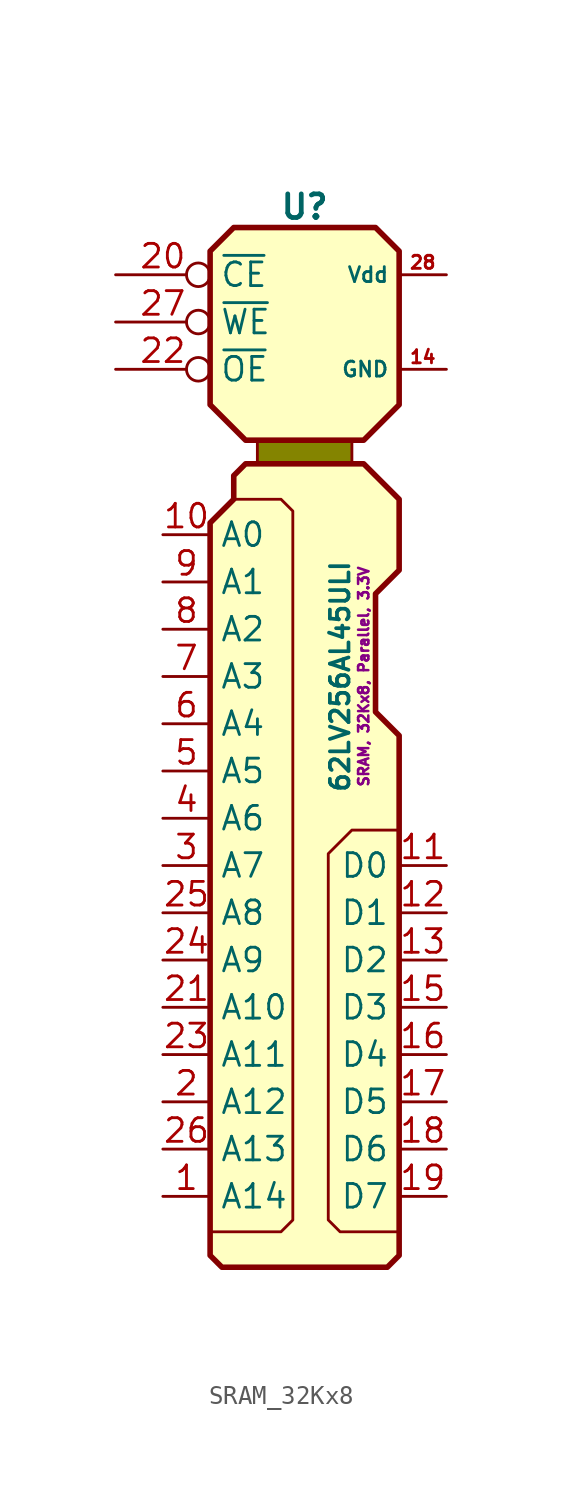
<source format=kicad_sym>
(kicad_symbol_lib
  (version 20241209)
  (generator "kicad_symbol_editor")
  (generator_version "9.0")
  (symbol "SRAM_32Kx8"
    (property "Reference" "U"
      (at 0 49.9 0)
      (do_not_autoplace)
      (effects (font (size 1.27 1.27) (thickness 0.254) (bold yes)) (justify bottom)))
    (property "Value" "62LV256AL45ULI"
      (at 1.905 25.4 90)
      (do_not_autoplace)
      (effects (font (size 1 1) (thickness 0.2) (bold yes))))
    (property "Description" "SRAM, 32Kx8, Parallel, 3.3V"
      (at 3.175 25.4 90)
      (do_not_autoplace)
      (effects (font (size 0.55 0.55))))
    (symbol "SRAM_32Kx8_0_1"
      (polyline (pts (xy -5.08 -4.445) (xy -1.27 -4.445) (xy -0.635 -3.81) (xy -0.635 34.29) (xy -1.27 34.925) (xy -3.81 34.925)) (stroke (width 0) (type default)) (fill (type none)))
      (polyline (pts (xy -3.81 36.195) (xy -3.175 36.83) (xy 3.175 36.83) (xy 5.08 34.925) (xy 5.08 31.115) (xy 3.81 29.845) (xy 3.81 23.495) (xy 5.08 22.225) (xy 5.08 -5.715) (xy 4.445 -6.35) (xy 0 -6.35) (xy -4.445 -6.35) (xy -5.08 -5.715) (xy -5.08 -4.445) (xy -5.08 33.655) (xy -3.81 34.925) (xy -3.81 36.195)) (stroke (width 0.3) (type default)) (fill (type background)))
      (polyline (pts (xy 5.08 -4.445) (xy 1.905 -4.445) (xy 1.27 -3.81) (xy 1.27 15.875) (xy 2.54 17.145) (xy 5.08 17.145)) (stroke (width 0) (type default)) (fill (type none))))
    (symbol "SRAM_32Kx8_1_1"
      (rectangle (start -2.54 38.1) (end 2.54 36.83) (stroke (width 0) (type solid)) (fill (type color) (color 132 132 0 1)))
      (polyline (pts (xy 2.54 38.1) (xy -3.175 38.1) (xy -5.08 40.005) (xy -5.08 48.26) (xy -3.81 49.53) (xy 3.81 49.53) (xy 5.08 48.26) (xy 5.08 40.005) (xy 3.175 38.1) (xy 2.54 38.1)) (stroke (width 0.3) (type solid)) (fill (type background)))
      (pin input inverted (at -10.16 46.99 0) (length 5.08) (name "~{CE}" (effects (font (size 1.27 1.27)))) (number "20" (effects (font (size 1.27 1.27)))))
      (pin input inverted (at -10.16 44.45 0) (length 5.08) (name "~{WE}" (effects (font (size 1.27 1.27)))) (number "27" (effects (font (size 1.27 1.27)))))
      (pin input inverted (at -10.16 41.91 0) (length 5.08) (name "~{OE}" (effects (font (size 1.27 1.27)))) (number "22" (effects (font (size 1.27 1.27)))))
      (pin input line (at -7.62 33.02 0) (length 2.54) (name "A0" (effects (font (size 1.27 1.27)))) (number "10" (effects (font (size 1.27 1.27)))))
      (pin input line (at -7.62 30.48 0) (length 2.54) (name "A1" (effects (font (size 1.27 1.27)))) (number "9" (effects (font (size 1.27 1.27)))))
      (pin input line (at -7.62 27.94 0) (length 2.54) (name "A2" (effects (font (size 1.27 1.27)))) (number "8" (effects (font (size 1.27 1.27)))))
      (pin input line (at -7.62 25.4 0) (length 2.54) (name "A3" (effects (font (size 1.27 1.27)))) (number "7" (effects (font (size 1.27 1.27)))))
      (pin input line (at -7.62 22.86 0) (length 2.54) (name "A4" (effects (font (size 1.27 1.27)))) (number "6" (effects (font (size 1.27 1.27)))))
      (pin input line (at -7.62 20.32 0) (length 2.54) (name "A5" (effects (font (size 1.27 1.27)))) (number "5" (effects (font (size 1.27 1.27)))))
      (pin input line (at -7.62 17.78 0) (length 2.54) (name "A6" (effects (font (size 1.27 1.27)))) (number "4" (effects (font (size 1.27 1.27)))))
      (pin input line (at -7.62 15.24 0) (length 2.54) (name "A7" (effects (font (size 1.27 1.27)))) (number "3" (effects (font (size 1.27 1.27)))))
      (pin input line (at -7.62 12.7 0) (length 2.54) (name "A8" (effects (font (size 1.27 1.27)))) (number "25" (effects (font (size 1.27 1.27)))))
      (pin input line (at -7.62 10.16 0) (length 2.54) (name "A9" (effects (font (size 1.27 1.27)))) (number "24" (effects (font (size 1.27 1.27)))))
      (pin input line (at -7.62 7.62 0) (length 2.54) (name "A10" (effects (font (size 1.27 1.27)))) (number "21" (effects (font (size 1.27 1.27)))))
      (pin input line (at -7.62 5.08 0) (length 2.54) (name "A11" (effects (font (size 1.27 1.27)))) (number "23" (effects (font (size 1.27 1.27)))))
      (pin input line (at -7.62 2.54 0) (length 2.54) (name "A12" (effects (font (size 1.27 1.27)))) (number "2" (effects (font (size 1.27 1.27)))))
      (pin input line (at -7.62 0 0) (length 2.54) (name "A13" (effects (font (size 1.27 1.27)))) (number "26" (effects (font (size 1.27 1.27)))))
      (pin input line (at -7.62 -2.54 0) (length 2.54) (name "A14" (effects (font (size 1.27 1.27)))) (number "1" (effects (font (size 1.27 1.27)))))
      (pin power_in line (at 7.62 46.99 180) (length 2.54) (name "Vdd" (effects (font (size 0.8 0.8)))) (number "28" (effects (font (size 0.7 0.7)))))
      (pin power_in line (at 7.62 41.91 180) (length 2.54) (name "GND" (effects (font (size 0.8 0.8)))) (number "14" (effects (font (size 0.7 0.7)))))
      (pin tri_state line (at 7.62 15.24 180) (length 2.54) (name "D0" (effects (font (size 1.27 1.27)))) (number "11" (effects (font (size 1.27 1.27)))))
      (pin tri_state line (at 7.62 12.7 180) (length 2.54) (name "D1" (effects (font (size 1.27 1.27)))) (number "12" (effects (font (size 1.27 1.27)))))
      (pin tri_state line (at 7.62 10.16 180) (length 2.54) (name "D2" (effects (font (size 1.27 1.27)))) (number "13" (effects (font (size 1.27 1.27)))))
      (pin tri_state line (at 7.62 7.62 180) (length 2.54) (name "D3" (effects (font (size 1.27 1.27)))) (number "15" (effects (font (size 1.27 1.27)))))
      (pin tri_state line (at 7.62 5.08 180) (length 2.54) (name "D4" (effects (font (size 1.27 1.27)))) (number "16" (effects (font (size 1.27 1.27)))))
      (pin tri_state line (at 7.62 2.54 180) (length 2.54) (name "D5" (effects (font (size 1.27 1.27)))) (number "17" (effects (font (size 1.27 1.27)))))
      (pin tri_state line (at 7.62 0 180) (length 2.54) (name "D6" (effects (font (size 1.27 1.27)))) (number "18" (effects (font (size 1.27 1.27)))))
      (pin tri_state line (at 7.62 -2.54 180) (length 2.54) (name "D7" (effects (font (size 1.27 1.27)))) (number "19" (effects (font (size 1.27 1.27))))))))
</source>
